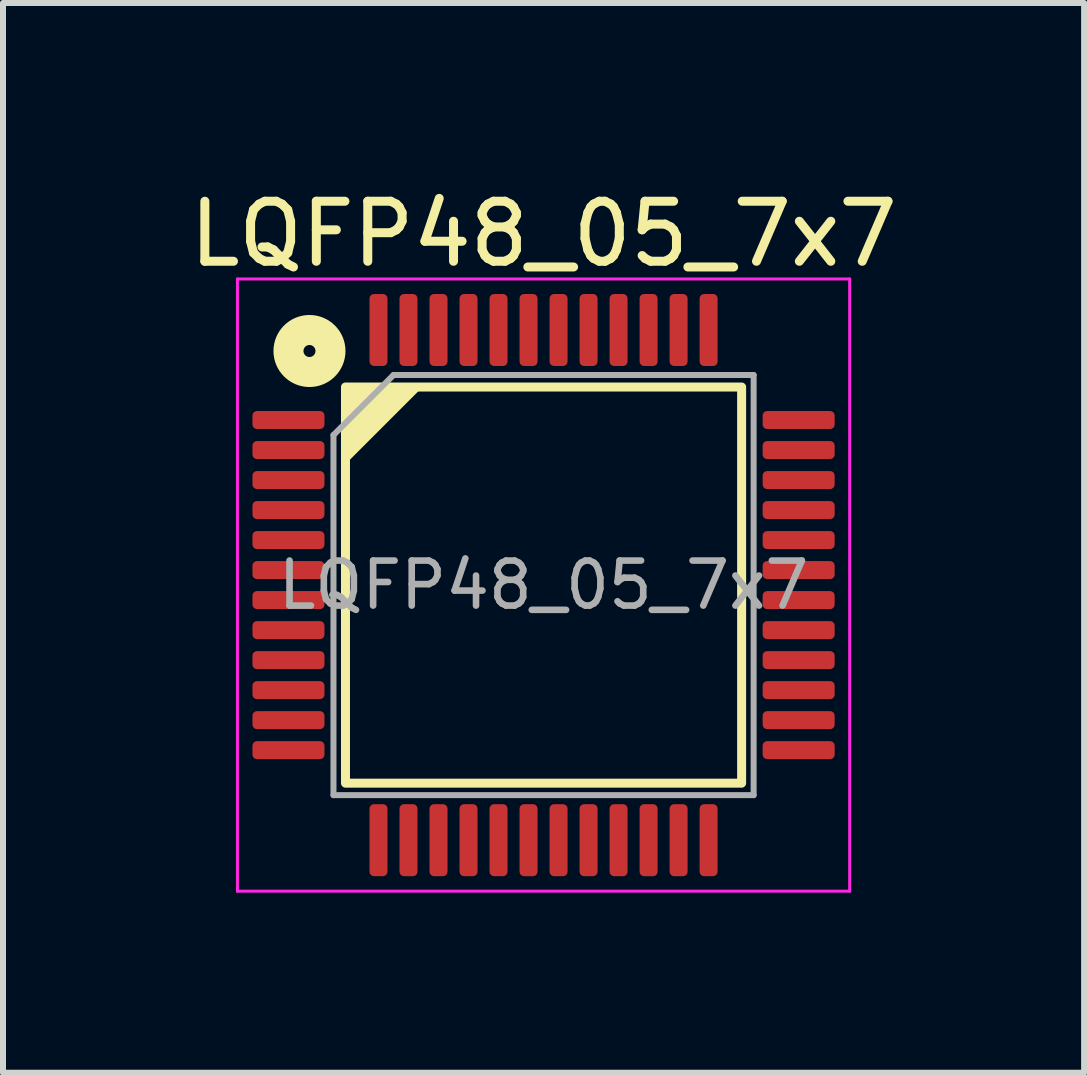
<source format=kicad_pcb>
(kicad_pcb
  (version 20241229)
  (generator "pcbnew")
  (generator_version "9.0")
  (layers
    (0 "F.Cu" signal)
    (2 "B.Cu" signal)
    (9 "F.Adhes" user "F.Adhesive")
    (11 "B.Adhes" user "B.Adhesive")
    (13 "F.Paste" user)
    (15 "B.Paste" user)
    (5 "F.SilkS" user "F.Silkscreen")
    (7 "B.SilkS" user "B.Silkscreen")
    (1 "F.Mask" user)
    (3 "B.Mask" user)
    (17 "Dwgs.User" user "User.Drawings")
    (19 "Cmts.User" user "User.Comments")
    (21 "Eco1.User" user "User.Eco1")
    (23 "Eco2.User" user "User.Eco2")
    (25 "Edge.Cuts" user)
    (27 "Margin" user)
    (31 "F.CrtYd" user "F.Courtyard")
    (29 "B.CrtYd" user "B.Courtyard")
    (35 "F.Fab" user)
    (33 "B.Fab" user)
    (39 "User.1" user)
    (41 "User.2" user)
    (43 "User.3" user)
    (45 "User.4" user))
  (footprint "LQFP48_05_7x7"
    (layer "F.Cu")
    (at 6.006 6.698)
    (property "Reference" "LQFP48_05_7x7" (at 0 -5.85 0) (layer "F.SilkS") (effects (font (size 1 1) (thickness 0.15))))
    (attr smd)
    (fp_rect (start -3.3 3.3) (end 3.3 -3.3) (stroke (width 0.15) (type solid)) (fill no) (layer "F.SilkS"))
    (fp_circle (center -3.9 -3.9) (end -3.8 -3.9) (stroke (width 0.5) (type solid)) (fill no) (layer "F.SilkS"))
    (fp_poly (pts (xy -3.3 -2.1) (xy -3.3 -3.3) (xy -2.1 -3.3)) (stroke (width 0.12) (type solid)) (fill yes) (layer "F.SilkS"))
    (fp_line (start -5.1 -5.1) (end 5.1 -5.1) (stroke (width 0.05) (type solid)) (layer "F.CrtYd"))
    (fp_line (start -5.1 5.1) (end -5.1 -5.1) (stroke (width 0.05) (type solid)) (layer "F.CrtYd"))
    (fp_line (start 5.1 -5.1) (end 5.1 5.1) (stroke (width 0.05) (type solid)) (layer "F.CrtYd"))
    (fp_line (start 5.1 5.1) (end -5.1 5.1) (stroke (width 0.05) (type solid)) (layer "F.CrtYd"))
    (fp_line (start -3.5 -2.5) (end -3.5 3.5) (stroke (width 0.1) (type solid)) (layer "F.Fab"))
    (fp_line (start -3.5 3.5) (end 3.5 3.5) (stroke (width 0.1) (type solid)) (layer "F.Fab"))
    (fp_line (start -2.5 -3.5) (end -3.5 -2.5) (stroke (width 0.1) (type solid)) (layer "F.Fab"))
    (fp_line (start 3.5 -3.5) (end -2.5 -3.5) (stroke (width 0.1) (type solid)) (layer "F.Fab"))
    (fp_line (start 3.5 3.5) (end 3.5 -3.5) (stroke (width 0.1) (type solid)) (layer "F.Fab"))
    (fp_text user "${REFERENCE}" (at 0 0 0) (layer "F.Fab") (effects (font (size 0.75 0.75) (thickness 0.11))))
    (pad "1" smd roundrect (at -4.25 -2.75 90) (size 0.3 1.2) (layers "F.Cu" "F.Mask" "F.Paste") (roundrect_rratio 0.25))
    (pad "2" smd roundrect (at -4.25 -2.25 90) (size 0.3 1.2) (layers "F.Cu" "F.Mask" "F.Paste") (roundrect_rratio 0.25))
    (pad "3" smd roundrect (at -4.25 -1.75 90) (size 0.3 1.2) (layers "F.Cu" "F.Mask" "F.Paste") (roundrect_rratio 0.25))
    (pad "4" smd roundrect (at -4.25 -1.25 90) (size 0.3 1.2) (layers "F.Cu" "F.Mask" "F.Paste") (roundrect_rratio 0.25))
    (pad "5" smd roundrect (at -4.25 -0.75 90) (size 0.3 1.2) (layers "F.Cu" "F.Mask" "F.Paste") (roundrect_rratio 0.25))
    (pad "6" smd roundrect (at -4.25 -0.25 90) (size 0.3 1.2) (layers "F.Cu" "F.Mask" "F.Paste") (roundrect_rratio 0.25))
    (pad "7" smd roundrect (at -4.25 0.25 90) (size 0.3 1.2) (layers "F.Cu" "F.Mask" "F.Paste") (roundrect_rratio 0.25))
    (pad "8" smd roundrect (at -4.25 0.75 90) (size 0.3 1.2) (layers "F.Cu" "F.Mask" "F.Paste") (roundrect_rratio 0.25))
    (pad "9" smd roundrect (at -4.25 1.25 90) (size 0.3 1.2) (layers "F.Cu" "F.Mask" "F.Paste") (roundrect_rratio 0.25))
    (pad "10" smd roundrect (at -4.25 1.75 90) (size 0.3 1.2) (layers "F.Cu" "F.Mask" "F.Paste") (roundrect_rratio 0.25))
    (pad "11" smd roundrect (at -4.25 2.25 90) (size 0.3 1.2) (layers "F.Cu" "F.Mask" "F.Paste") (roundrect_rratio 0.25))
    (pad "12" smd roundrect (at -4.25 2.75 90) (size 0.3 1.2) (layers "F.Cu" "F.Mask" "F.Paste") (roundrect_rratio 0.25))
    (pad "13" smd roundrect (at -2.75 4.25) (size 0.3 1.2) (layers "F.Cu" "F.Mask" "F.Paste") (roundrect_rratio 0.25))
    (pad "14" smd roundrect (at -2.25 4.25) (size 0.3 1.2) (layers "F.Cu" "F.Mask" "F.Paste") (roundrect_rratio 0.25))
    (pad "15" smd roundrect (at -1.75 4.25) (size 0.3 1.2) (layers "F.Cu" "F.Mask" "F.Paste") (roundrect_rratio 0.25))
    (pad "16" smd roundrect (at -1.25 4.25) (size 0.3 1.2) (layers "F.Cu" "F.Mask" "F.Paste") (roundrect_rratio 0.25))
    (pad "17" smd roundrect (at -0.75 4.25) (size 0.3 1.2) (layers "F.Cu" "F.Mask" "F.Paste") (roundrect_rratio 0.25))
    (pad "18" smd roundrect (at -0.25 4.25) (size 0.3 1.2) (layers "F.Cu" "F.Mask" "F.Paste") (roundrect_rratio 0.25))
    (pad "19" smd roundrect (at 0.25 4.25) (size 0.3 1.2) (layers "F.Cu" "F.Mask" "F.Paste") (roundrect_rratio 0.25))
    (pad "20" smd roundrect (at 0.75 4.25) (size 0.3 1.2) (layers "F.Cu" "F.Mask" "F.Paste") (roundrect_rratio 0.25))
    (pad "21" smd roundrect (at 1.25 4.25) (size 0.3 1.2) (layers "F.Cu" "F.Mask" "F.Paste") (roundrect_rratio 0.25))
    (pad "22" smd roundrect (at 1.75 4.25) (size 0.3 1.2) (layers "F.Cu" "F.Mask" "F.Paste") (roundrect_rratio 0.25))
    (pad "23" smd roundrect (at 2.25 4.25) (size 0.3 1.2) (layers "F.Cu" "F.Mask" "F.Paste") (roundrect_rratio 0.25))
    (pad "24" smd roundrect (at 2.75 4.25) (size 0.3 1.2) (layers "F.Cu" "F.Mask" "F.Paste") (roundrect_rratio 0.25))
    (pad "25" smd roundrect (at 4.25 2.75 90) (size 0.3 1.2) (layers "F.Cu" "F.Mask" "F.Paste") (roundrect_rratio 0.25))
    (pad "26" smd roundrect (at 4.25 2.25 90) (size 0.3 1.2) (layers "F.Cu" "F.Mask" "F.Paste") (roundrect_rratio 0.25))
    (pad "27" smd roundrect (at 4.25 1.75 90) (size 0.3 1.2) (layers "F.Cu" "F.Mask" "F.Paste") (roundrect_rratio 0.25))
    (pad "28" smd roundrect (at 4.25 1.25 90) (size 0.3 1.2) (layers "F.Cu" "F.Mask" "F.Paste") (roundrect_rratio 0.25))
    (pad "29" smd roundrect (at 4.25 0.75 90) (size 0.3 1.2) (layers "F.Cu" "F.Mask" "F.Paste") (roundrect_rratio 0.25))
    (pad "30" smd roundrect (at 4.25 0.25 90) (size 0.3 1.2) (layers "F.Cu" "F.Mask" "F.Paste") (roundrect_rratio 0.25))
    (pad "31" smd roundrect (at 4.25 -0.25 90) (size 0.3 1.2) (layers "F.Cu" "F.Mask" "F.Paste") (roundrect_rratio 0.25))
    (pad "32" smd roundrect (at 4.25 -0.75 90) (size 0.3 1.2) (layers "F.Cu" "F.Mask" "F.Paste") (roundrect_rratio 0.25))
    (pad "33" smd roundrect (at 4.25 -1.25 90) (size 0.3 1.2) (layers "F.Cu" "F.Mask" "F.Paste") (roundrect_rratio 0.25))
    (pad "34" smd roundrect (at 4.25 -1.75 90) (size 0.3 1.2) (layers "F.Cu" "F.Mask" "F.Paste") (roundrect_rratio 0.25))
    (pad "35" smd roundrect (at 4.25 -2.25 90) (size 0.3 1.2) (layers "F.Cu" "F.Mask" "F.Paste") (roundrect_rratio 0.25))
    (pad "36" smd roundrect (at 4.25 -2.75 90) (size 0.3 1.2) (layers "F.Cu" "F.Mask" "F.Paste") (roundrect_rratio 0.25))
    (pad "37" smd roundrect (at 2.75 -4.25) (size 0.3 1.2) (layers "F.Cu" "F.Mask" "F.Paste") (roundrect_rratio 0.25))
    (pad "38" smd roundrect (at 2.25 -4.25) (size 0.3 1.2) (layers "F.Cu" "F.Mask" "F.Paste") (roundrect_rratio 0.25))
    (pad "39" smd roundrect (at 1.75 -4.25) (size 0.3 1.2) (layers "F.Cu" "F.Mask" "F.Paste") (roundrect_rratio 0.25))
    (pad "40" smd roundrect (at 1.25 -4.25) (size 0.3 1.2) (layers "F.Cu" "F.Mask" "F.Paste") (roundrect_rratio 0.25))
    (pad "41" smd roundrect (at 0.75 -4.25) (size 0.3 1.2) (layers "F.Cu" "F.Mask" "F.Paste") (roundrect_rratio 0.25))
    (pad "42" smd roundrect (at 0.25 -4.25) (size 0.3 1.2) (layers "F.Cu" "F.Mask" "F.Paste") (roundrect_rratio 0.25))
    (pad "43" smd roundrect (at -0.25 -4.25) (size 0.3 1.2) (layers "F.Cu" "F.Mask" "F.Paste") (roundrect_rratio 0.25))
    (pad "44" smd roundrect (at -0.75 -4.25) (size 0.3 1.2) (layers "F.Cu" "F.Mask" "F.Paste") (roundrect_rratio 0.25))
    (pad "45" smd roundrect (at -1.25 -4.25) (size 0.3 1.2) (layers "F.Cu" "F.Mask" "F.Paste") (roundrect_rratio 0.25))
    (pad "46" smd roundrect (at -1.75 -4.25) (size 0.3 1.2) (layers "F.Cu" "F.Mask" "F.Paste") (roundrect_rratio 0.25))
    (pad "47" smd roundrect (at -2.25 -4.25) (size 0.3 1.2) (layers "F.Cu" "F.Mask" "F.Paste") (roundrect_rratio 0.25))
    (pad "48" smd roundrect (at -2.75 -4.25) (size 0.3 1.2) (layers "F.Cu" "F.Mask" "F.Paste") (roundrect_rratio 0.25)))
  (gr_rect
    (start -3 -3)
    (end 15.012 14.823)
    (stroke (width 0.1) (type default))
    (fill no)
    (layer "Edge.Cuts")))
</source>
